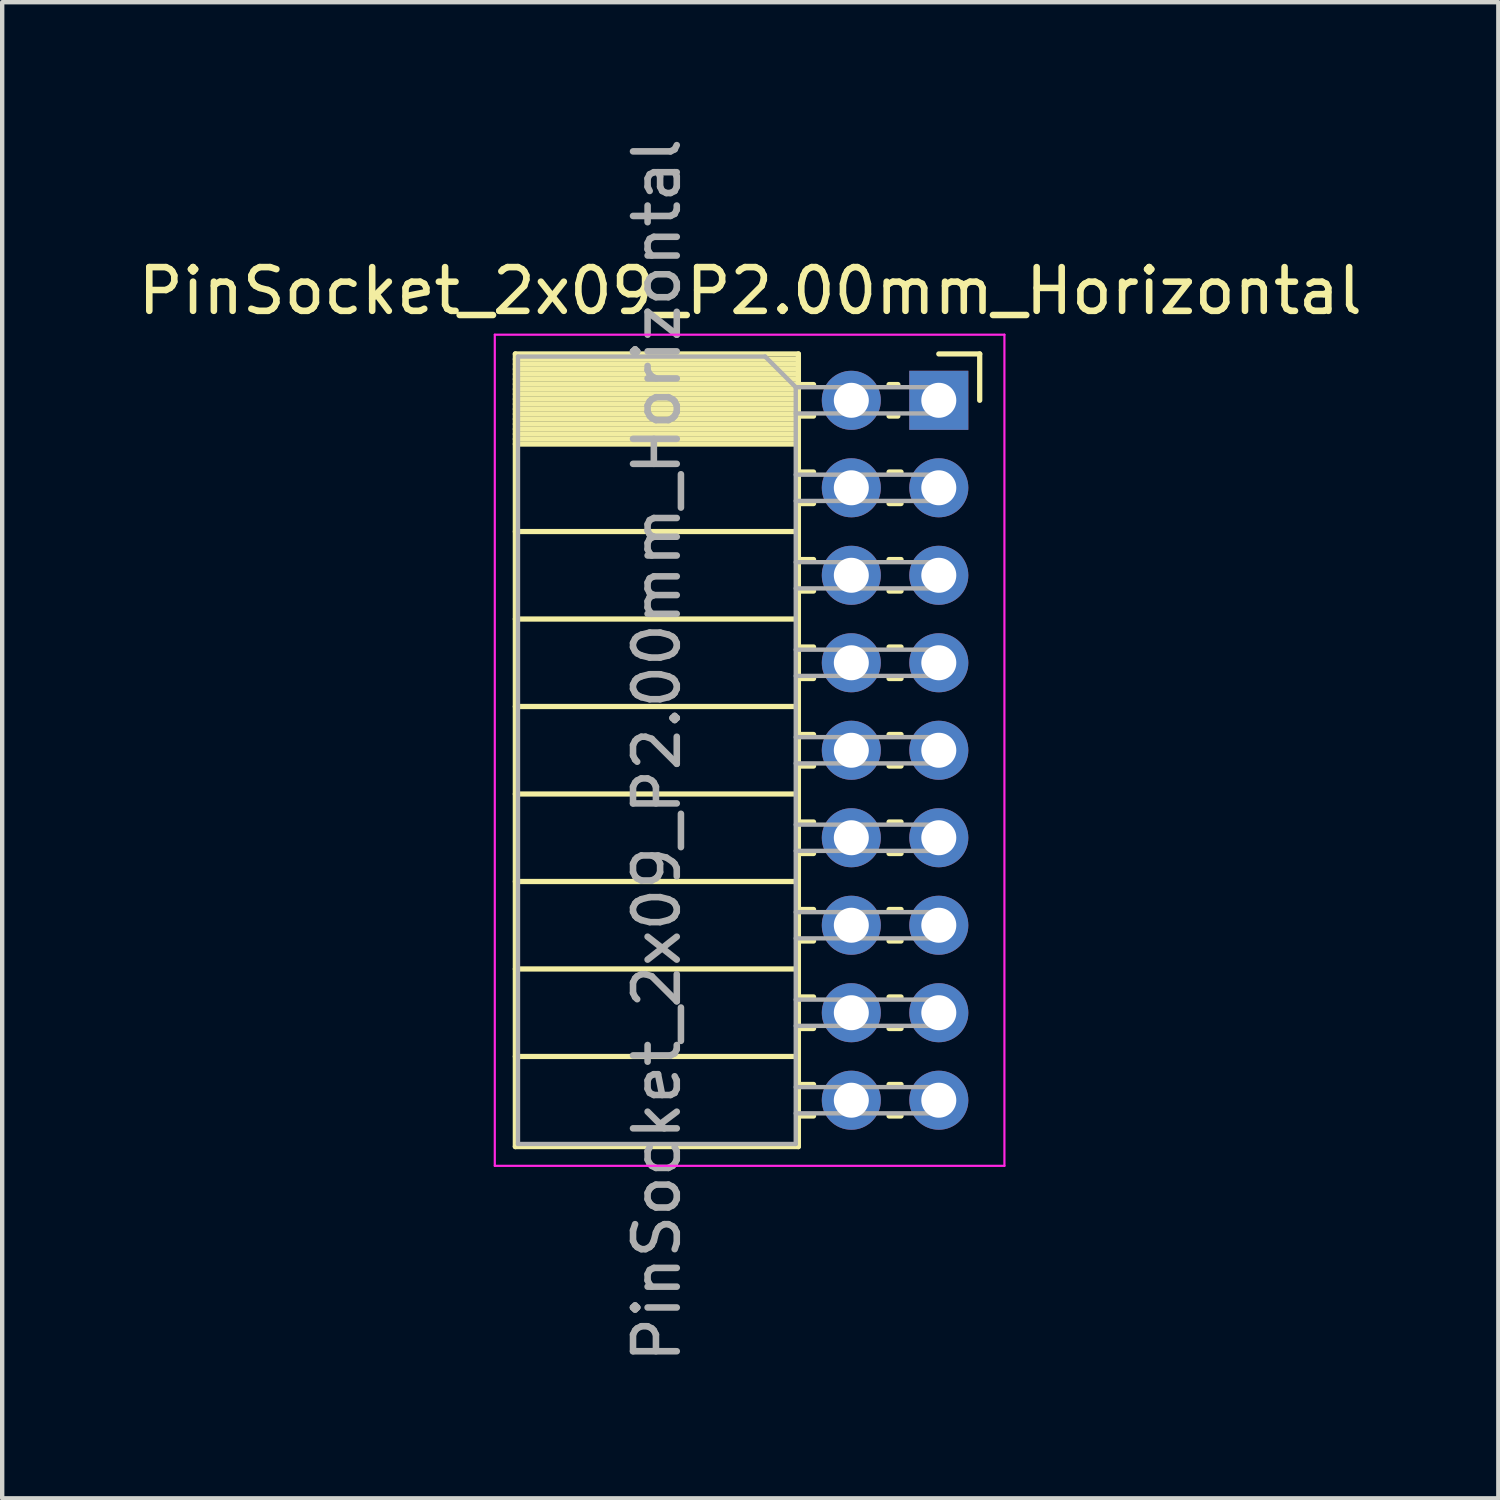
<source format=kicad_pcb>
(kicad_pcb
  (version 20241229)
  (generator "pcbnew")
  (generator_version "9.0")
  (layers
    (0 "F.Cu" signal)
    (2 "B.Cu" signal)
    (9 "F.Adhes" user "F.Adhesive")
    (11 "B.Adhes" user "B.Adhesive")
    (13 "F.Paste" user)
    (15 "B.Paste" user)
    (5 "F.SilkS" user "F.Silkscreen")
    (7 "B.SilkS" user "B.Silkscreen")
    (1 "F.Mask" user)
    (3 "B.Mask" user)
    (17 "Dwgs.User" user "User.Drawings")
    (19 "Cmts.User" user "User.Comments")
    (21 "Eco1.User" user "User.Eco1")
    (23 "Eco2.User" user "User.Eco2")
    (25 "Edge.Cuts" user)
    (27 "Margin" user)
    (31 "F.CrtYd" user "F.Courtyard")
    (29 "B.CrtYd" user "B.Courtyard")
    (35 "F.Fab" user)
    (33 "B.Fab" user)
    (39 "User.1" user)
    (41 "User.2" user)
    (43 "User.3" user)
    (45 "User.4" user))
  (footprint "PinSocket_2x09_P2.00mm_Horizontal"
    (layer "F.Cu")
    (at 18.411 6.101)
    (property "Reference" "PinSocket_2x09_P2.00mm_Horizontal" (at -4.31 -2.5 0) (layer "F.SilkS") (effects (font (size 1 1) (thickness 0.15))))
    (attr through_hole)
    (fp_line (start -9.68 -1.06) (end -9.68 17.06) (stroke (width 0.12) (type solid)) (layer "F.SilkS"))
    (fp_line (start -9.68 -1.06) (end -3.21 -1.06) (stroke (width 0.12) (type solid)) (layer "F.SilkS"))
    (fp_line (start -9.68 -0.94) (end -3.21 -0.94) (stroke (width 0.12) (type solid)) (layer "F.SilkS"))
    (fp_line (start -9.68 -0.826) (end -3.21 -0.826) (stroke (width 0.12) (type solid)) (layer "F.SilkS"))
    (fp_line (start -9.68 -0.712) (end -3.21 -0.712) (stroke (width 0.12) (type solid)) (layer "F.SilkS"))
    (fp_line (start -9.68 -0.598) (end -3.21 -0.598) (stroke (width 0.12) (type solid)) (layer "F.SilkS"))
    (fp_line (start -9.68 -0.484) (end -3.21 -0.484) (stroke (width 0.12) (type solid)) (layer "F.SilkS"))
    (fp_line (start -9.68 -0.369) (end -3.21 -0.369) (stroke (width 0.12) (type solid)) (layer "F.SilkS"))
    (fp_line (start -9.68 -0.255) (end -3.21 -0.255) (stroke (width 0.12) (type solid)) (layer "F.SilkS"))
    (fp_line (start -9.68 -0.141) (end -3.21 -0.141) (stroke (width 0.12) (type solid)) (layer "F.SilkS"))
    (fp_line (start -9.68 -0.027) (end -3.21 -0.027) (stroke (width 0.12) (type solid)) (layer "F.SilkS"))
    (fp_line (start -9.68 0.087) (end -3.21 0.087) (stroke (width 0.12) (type solid)) (layer "F.SilkS"))
    (fp_line (start -9.68 0.201) (end -3.21 0.201) (stroke (width 0.12) (type solid)) (layer "F.SilkS"))
    (fp_line (start -9.68 0.315) (end -3.21 0.315) (stroke (width 0.12) (type solid)) (layer "F.SilkS"))
    (fp_line (start -9.68 0.429) (end -3.21 0.429) (stroke (width 0.12) (type solid)) (layer "F.SilkS"))
    (fp_line (start -9.68 0.544) (end -3.21 0.544) (stroke (width 0.12) (type solid)) (layer "F.SilkS"))
    (fp_line (start -9.68 0.658) (end -3.21 0.658) (stroke (width 0.12) (type solid)) (layer "F.SilkS"))
    (fp_line (start -9.68 0.772) (end -3.21 0.772) (stroke (width 0.12) (type solid)) (layer "F.SilkS"))
    (fp_line (start -9.68 0.886) (end -3.21 0.886) (stroke (width 0.12) (type solid)) (layer "F.SilkS"))
    (fp_line (start -9.68 1) (end -3.21 1) (stroke (width 0.12) (type solid)) (layer "F.SilkS"))
    (fp_line (start -9.68 3) (end -3.21 3) (stroke (width 0.12) (type solid)) (layer "F.SilkS"))
    (fp_line (start -9.68 5) (end -3.21 5) (stroke (width 0.12) (type solid)) (layer "F.SilkS"))
    (fp_line (start -9.68 7) (end -3.21 7) (stroke (width 0.12) (type solid)) (layer "F.SilkS"))
    (fp_line (start -9.68 9) (end -3.21 9) (stroke (width 0.12) (type solid)) (layer "F.SilkS"))
    (fp_line (start -9.68 11) (end -3.21 11) (stroke (width 0.12) (type solid)) (layer "F.SilkS"))
    (fp_line (start -9.68 13) (end -3.21 13) (stroke (width 0.12) (type solid)) (layer "F.SilkS"))
    (fp_line (start -9.68 15) (end -3.21 15) (stroke (width 0.12) (type solid)) (layer "F.SilkS"))
    (fp_line (start -9.68 17.06) (end -3.21 17.06) (stroke (width 0.12) (type solid)) (layer "F.SilkS"))
    (fp_line (start -3.21 -1.06) (end -3.21 17.06) (stroke (width 0.12) (type solid)) (layer "F.SilkS"))
    (fp_line (start -3.21 -0.36) (end -2.863 -0.36) (stroke (width 0.12) (type solid)) (layer "F.SilkS"))
    (fp_line (start -3.21 0.36) (end -2.863 0.36) (stroke (width 0.12) (type solid)) (layer "F.SilkS"))
    (fp_line (start -3.21 1.64) (end -2.863 1.64) (stroke (width 0.12) (type solid)) (layer "F.SilkS"))
    (fp_line (start -3.21 2.36) (end -2.863 2.36) (stroke (width 0.12) (type solid)) (layer "F.SilkS"))
    (fp_line (start -3.21 3.64) (end -2.863 3.64) (stroke (width 0.12) (type solid)) (layer "F.SilkS"))
    (fp_line (start -3.21 4.36) (end -2.863 4.36) (stroke (width 0.12) (type solid)) (layer "F.SilkS"))
    (fp_line (start -3.21 5.64) (end -2.863 5.64) (stroke (width 0.12) (type solid)) (layer "F.SilkS"))
    (fp_line (start -3.21 6.36) (end -2.863 6.36) (stroke (width 0.12) (type solid)) (layer "F.SilkS"))
    (fp_line (start -3.21 7.64) (end -2.863 7.64) (stroke (width 0.12) (type solid)) (layer "F.SilkS"))
    (fp_line (start -3.21 8.36) (end -2.863 8.36) (stroke (width 0.12) (type solid)) (layer "F.SilkS"))
    (fp_line (start -3.21 9.64) (end -2.863 9.64) (stroke (width 0.12) (type solid)) (layer "F.SilkS"))
    (fp_line (start -3.21 10.36) (end -2.863 10.36) (stroke (width 0.12) (type solid)) (layer "F.SilkS"))
    (fp_line (start -3.21 11.64) (end -2.863 11.64) (stroke (width 0.12) (type solid)) (layer "F.SilkS"))
    (fp_line (start -3.21 12.36) (end -2.863 12.36) (stroke (width 0.12) (type solid)) (layer "F.SilkS"))
    (fp_line (start -3.21 13.64) (end -2.863 13.64) (stroke (width 0.12) (type solid)) (layer "F.SilkS"))
    (fp_line (start -3.21 14.36) (end -2.863 14.36) (stroke (width 0.12) (type solid)) (layer "F.SilkS"))
    (fp_line (start -3.21 15.64) (end -2.863 15.64) (stroke (width 0.12) (type solid)) (layer "F.SilkS"))
    (fp_line (start -3.21 16.36) (end -2.863 16.36) (stroke (width 0.12) (type solid)) (layer "F.SilkS"))
    (fp_line (start -1.137 -0.36) (end -0.935 -0.36) (stroke (width 0.12) (type solid)) (layer "F.SilkS"))
    (fp_line (start -1.137 0.36) (end -0.935 0.36) (stroke (width 0.12) (type solid)) (layer "F.SilkS"))
    (fp_line (start -1.137 1.64) (end -0.863 1.64) (stroke (width 0.12) (type solid)) (layer "F.SilkS"))
    (fp_line (start -1.137 2.36) (end -0.863 2.36) (stroke (width 0.12) (type solid)) (layer "F.SilkS"))
    (fp_line (start -1.137 3.64) (end -0.863 3.64) (stroke (width 0.12) (type solid)) (layer "F.SilkS"))
    (fp_line (start -1.137 4.36) (end -0.863 4.36) (stroke (width 0.12) (type solid)) (layer "F.SilkS"))
    (fp_line (start -1.137 5.64) (end -0.863 5.64) (stroke (width 0.12) (type solid)) (layer "F.SilkS"))
    (fp_line (start -1.137 6.36) (end -0.863 6.36) (stroke (width 0.12) (type solid)) (layer "F.SilkS"))
    (fp_line (start -1.137 7.64) (end -0.863 7.64) (stroke (width 0.12) (type solid)) (layer "F.SilkS"))
    (fp_line (start -1.137 8.36) (end -0.863 8.36) (stroke (width 0.12) (type solid)) (layer "F.SilkS"))
    (fp_line (start -1.137 9.64) (end -0.863 9.64) (stroke (width 0.12) (type solid)) (layer "F.SilkS"))
    (fp_line (start -1.137 10.36) (end -0.863 10.36) (stroke (width 0.12) (type solid)) (layer "F.SilkS"))
    (fp_line (start -1.137 11.64) (end -0.863 11.64) (stroke (width 0.12) (type solid)) (layer "F.SilkS"))
    (fp_line (start -1.137 12.36) (end -0.863 12.36) (stroke (width 0.12) (type solid)) (layer "F.SilkS"))
    (fp_line (start -1.137 13.64) (end -0.863 13.64) (stroke (width 0.12) (type solid)) (layer "F.SilkS"))
    (fp_line (start -1.137 14.36) (end -0.863 14.36) (stroke (width 0.12) (type solid)) (layer "F.SilkS"))
    (fp_line (start -1.137 15.64) (end -0.863 15.64) (stroke (width 0.12) (type solid)) (layer "F.SilkS"))
    (fp_line (start -1.137 16.36) (end -0.863 16.36) (stroke (width 0.12) (type solid)) (layer "F.SilkS"))
    (fp_line (start 0 -1.06) (end 0.935 -1.06) (stroke (width 0.12) (type solid)) (layer "F.SilkS"))
    (fp_line (start 0.935 -1.06) (end 0.935 0) (stroke (width 0.12) (type solid)) (layer "F.SilkS"))
    (fp_line (start -10.15 -1.5) (end -10.15 17.5) (stroke (width 0.05) (type solid)) (layer "F.CrtYd"))
    (fp_line (start -10.15 17.5) (end 1.5 17.5) (stroke (width 0.05) (type solid)) (layer "F.CrtYd"))
    (fp_line (start 1.5 -1.5) (end -10.15 -1.5) (stroke (width 0.05) (type solid)) (layer "F.CrtYd"))
    (fp_line (start 1.5 17.5) (end 1.5 -1.5) (stroke (width 0.05) (type solid)) (layer "F.CrtYd"))
    (fp_line (start -9.62 -1) (end -3.97 -1) (stroke (width 0.1) (type solid)) (layer "F.Fab"))
    (fp_line (start -9.62 17) (end -9.62 -1) (stroke (width 0.1) (type solid)) (layer "F.Fab"))
    (fp_line (start -3.97 -1) (end -3.27 -0.3) (stroke (width 0.1) (type solid)) (layer "F.Fab"))
    (fp_line (start -3.27 -0.3) (end -3.27 17) (stroke (width 0.1) (type solid)) (layer "F.Fab"))
    (fp_line (start -3.27 0.3) (end 0 0.3) (stroke (width 0.1) (type solid)) (layer "F.Fab"))
    (fp_line (start -3.27 2.3) (end 0 2.3) (stroke (width 0.1) (type solid)) (layer "F.Fab"))
    (fp_line (start -3.27 4.3) (end 0 4.3) (stroke (width 0.1) (type solid)) (layer "F.Fab"))
    (fp_line (start -3.27 6.3) (end 0 6.3) (stroke (width 0.1) (type solid)) (layer "F.Fab"))
    (fp_line (start -3.27 8.3) (end 0 8.3) (stroke (width 0.1) (type solid)) (layer "F.Fab"))
    (fp_line (start -3.27 10.3) (end 0 10.3) (stroke (width 0.1) (type solid)) (layer "F.Fab"))
    (fp_line (start -3.27 12.3) (end 0 12.3) (stroke (width 0.1) (type solid)) (layer "F.Fab"))
    (fp_line (start -3.27 14.3) (end 0 14.3) (stroke (width 0.1) (type solid)) (layer "F.Fab"))
    (fp_line (start -3.27 16.3) (end 0 16.3) (stroke (width 0.1) (type solid)) (layer "F.Fab"))
    (fp_line (start -3.27 17) (end -9.62 17) (stroke (width 0.1) (type solid)) (layer "F.Fab"))
    (fp_line (start 0 -0.3) (end -3.27 -0.3) (stroke (width 0.1) (type solid)) (layer "F.Fab"))
    (fp_line (start 0 0.3) (end 0 -0.3) (stroke (width 0.1) (type solid)) (layer "F.Fab"))
    (fp_line (start 0 1.7) (end -3.27 1.7) (stroke (width 0.1) (type solid)) (layer "F.Fab"))
    (fp_line (start 0 2.3) (end 0 1.7) (stroke (width 0.1) (type solid)) (layer "F.Fab"))
    (fp_line (start 0 3.7) (end -3.27 3.7) (stroke (width 0.1) (type solid)) (layer "F.Fab"))
    (fp_line (start 0 4.3) (end 0 3.7) (stroke (width 0.1) (type solid)) (layer "F.Fab"))
    (fp_line (start 0 5.7) (end -3.27 5.7) (stroke (width 0.1) (type solid)) (layer "F.Fab"))
    (fp_line (start 0 6.3) (end 0 5.7) (stroke (width 0.1) (type solid)) (layer "F.Fab"))
    (fp_line (start 0 7.7) (end -3.27 7.7) (stroke (width 0.1) (type solid)) (layer "F.Fab"))
    (fp_line (start 0 8.3) (end 0 7.7) (stroke (width 0.1) (type solid)) (layer "F.Fab"))
    (fp_line (start 0 9.7) (end -3.27 9.7) (stroke (width 0.1) (type solid)) (layer "F.Fab"))
    (fp_line (start 0 10.3) (end 0 9.7) (stroke (width 0.1) (type solid)) (layer "F.Fab"))
    (fp_line (start 0 11.7) (end -3.27 11.7) (stroke (width 0.1) (type solid)) (layer "F.Fab"))
    (fp_line (start 0 12.3) (end 0 11.7) (stroke (width 0.1) (type solid)) (layer "F.Fab"))
    (fp_line (start 0 13.7) (end -3.27 13.7) (stroke (width 0.1) (type solid)) (layer "F.Fab"))
    (fp_line (start 0 14.3) (end 0 13.7) (stroke (width 0.1) (type solid)) (layer "F.Fab"))
    (fp_line (start 0 15.7) (end -3.27 15.7) (stroke (width 0.1) (type solid)) (layer "F.Fab"))
    (fp_line (start 0 16.3) (end 0 15.7) (stroke (width 0.1) (type solid)) (layer "F.Fab"))
    (fp_text user "${REFERENCE}" (at -6.445 8 90) (layer "F.Fab") (effects (font (size 1 1) (thickness 0.15))))
    (pad "1" thru_hole rect (at 0 0) (size 1.35 1.35) (drill 0.8) (layers "*.Cu" "*.Mask"))
    (pad "2" thru_hole circle (at -2 0) (size 1.35 1.35) (drill 0.8) (layers "*.Cu" "*.Mask"))
    (pad "3" thru_hole circle (at 0 2) (size 1.35 1.35) (drill 0.8) (layers "*.Cu" "*.Mask"))
    (pad "4" thru_hole circle (at -2 2) (size 1.35 1.35) (drill 0.8) (layers "*.Cu" "*.Mask"))
    (pad "5" thru_hole circle (at 0 4) (size 1.35 1.35) (drill 0.8) (layers "*.Cu" "*.Mask"))
    (pad "6" thru_hole circle (at -2 4) (size 1.35 1.35) (drill 0.8) (layers "*.Cu" "*.Mask"))
    (pad "7" thru_hole circle (at 0 6) (size 1.35 1.35) (drill 0.8) (layers "*.Cu" "*.Mask"))
    (pad "8" thru_hole circle (at -2 6) (size 1.35 1.35) (drill 0.8) (layers "*.Cu" "*.Mask"))
    (pad "9" thru_hole circle (at 0 8) (size 1.35 1.35) (drill 0.8) (layers "*.Cu" "*.Mask"))
    (pad "10" thru_hole circle (at -2 8) (size 1.35 1.35) (drill 0.8) (layers "*.Cu" "*.Mask"))
    (pad "11" thru_hole circle (at 0 10) (size 1.35 1.35) (drill 0.8) (layers "*.Cu" "*.Mask"))
    (pad "12" thru_hole circle (at -2 10) (size 1.35 1.35) (drill 0.8) (layers "*.Cu" "*.Mask"))
    (pad "13" thru_hole circle (at 0 12) (size 1.35 1.35) (drill 0.8) (layers "*.Cu" "*.Mask"))
    (pad "14" thru_hole circle (at -2 12) (size 1.35 1.35) (drill 0.8) (layers "*.Cu" "*.Mask"))
    (pad "15" thru_hole circle (at 0 14) (size 1.35 1.35) (drill 0.8) (layers "*.Cu" "*.Mask"))
    (pad "16" thru_hole circle (at -2 14) (size 1.35 1.35) (drill 0.8) (layers "*.Cu" "*.Mask"))
    (pad "17" thru_hole circle (at 0 16) (size 1.35 1.35) (drill 0.8) (layers "*.Cu" "*.Mask"))
    (pad "18" thru_hole circle (at -2 16) (size 1.35 1.35) (drill 0.8) (layers "*.Cu" "*.Mask")))
  (gr_rect
    (start -3 -3)
    (end 31.202 31.202)
    (stroke (width 0.1) (type default))
    (fill no)
    (layer "Edge.Cuts")))
</source>
